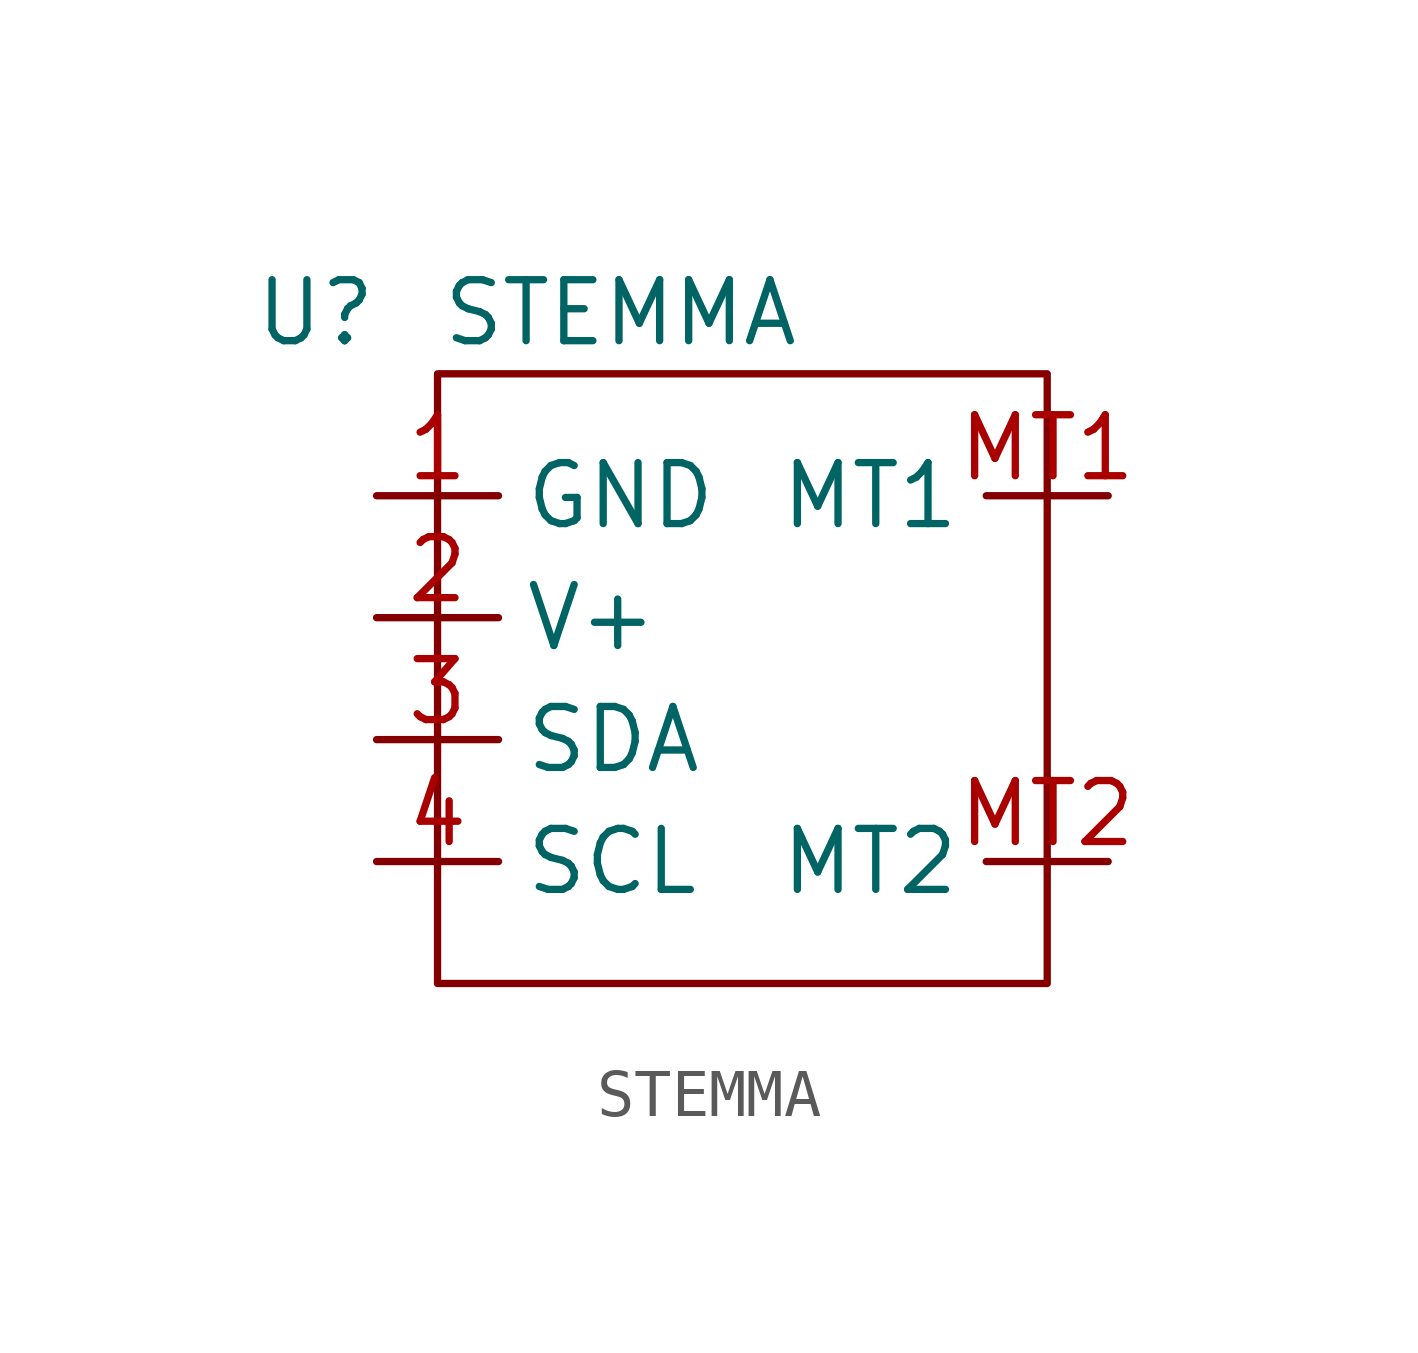
<source format=kicad_sym>
(kicad_symbol_lib
  (version 20211014)
  (generator kicad_symbol_editor)
  (symbol "STEMMA"
    (property "Reference" "U"
      (at -6.35 7.62 0)
      (effects (font (size 1.27 1.27))))
    (property "Value" "STEMMA"
      (at 0 7.62 0)
      (effects (font (size 1.27 1.27))))
    (symbol "STEMMA_0_1"
      (rectangle (start -3.81 6.35) (end 8.89 -6.35) (stroke (width 0) (type default) (color 0 0 0 0)) (fill (type none))))
    (symbol "STEMMA_1_1"
      (pin input line (at -5.08 3.81 0) (length 2.54) (name "GND" (effects (font (size 1.27 1.27)))) (number "1" (effects (font (size 1.27 1.27)))))
      (pin input line (at -5.08 1.27 0) (length 2.54) (name "V+" (effects (font (size 1.27 1.27)))) (number "2" (effects (font (size 1.27 1.27)))))
      (pin input line (at -5.08 -1.27 0) (length 2.54) (name "SDA" (effects (font (size 1.27 1.27)))) (number "3" (effects (font (size 1.27 1.27)))))
      (pin input line (at -5.08 -3.81 0) (length 2.54) (name "SCL" (effects (font (size 1.27 1.27)))) (number "4" (effects (font (size 1.27 1.27)))))
      (pin input line (at 10.16 3.81 180) (length 2.54) (name "MT1" (effects (font (size 1.27 1.27)))) (number "MT1" (effects (font (size 1.27 1.27)))))
      (pin input line (at 10.16 -3.81 180) (length 2.54) (name "MT2" (effects (font (size 1.27 1.27)))) (number "MT2" (effects (font (size 1.27 1.27))))))))
</source>
